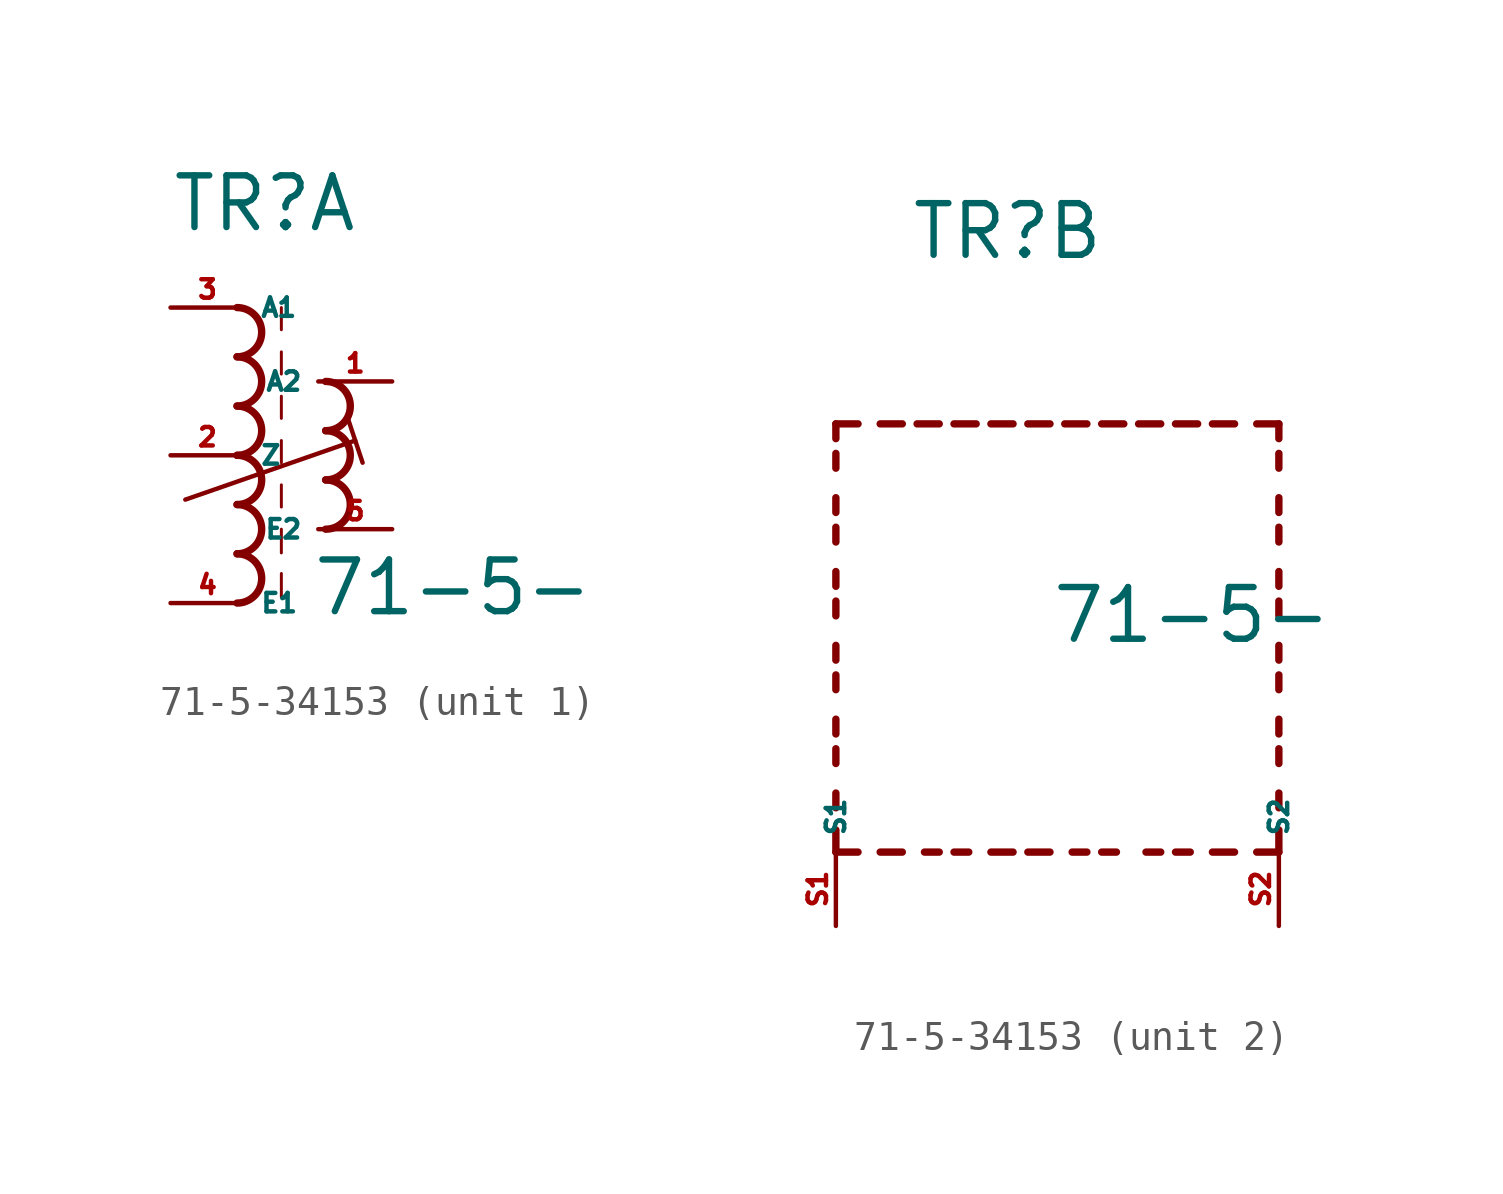
<source format=kicad_sym>
(kicad_symbol_lib
  (version 20220914)
  (generator kicad_symbol_editor)
  (symbol "71-5-34153"
    (property "Reference" "TR"
      (at -2.54 7.62 0)
      (effects (font (size 1.778 1.778) (thickness 0.22)) (justify left bottom)))
    (property "Value" "71-5-"
      (at 2.286 -5.588 0)
      (effects (font (size 1.778 1.778) (thickness 0.22)) (justify left bottom)))
    (symbol "71-5-34153_1_0"
      (arc (start -0.2534 -5.08) (mid 0.593 -4.2333) (end -0.2534 -3.3866) (stroke (width 0.254) (type default)) (fill (type none)))
      (arc (start -0.2534 -3.3866) (mid 0.593 -2.5399) (end -0.2534 -1.6932) (stroke (width 0.254) (type default)) (fill (type none)))
      (arc (start -0.2534 -1.6934) (mid 0.593 -0.8467) (end -0.2534 0) (stroke (width 0.254) (type default)) (fill (type none)))
      (arc (start -0.2534 0) (mid 0.593 0.8467) (end -0.2534 1.6934) (stroke (width 0.254) (type default)) (fill (type none)))
      (arc (start -0.2532 1.6934) (mid 0.593 2.54) (end -0.2532 3.3866) (stroke (width 0.254) (type default)) (fill (type none)))
      (arc (start -0.2534 3.3866) (mid 0.593 4.2333) (end -0.2534 5.08) (stroke (width 0.254) (type default)) (fill (type none)))
      (polyline (pts (xy -2.032 -1.524) (xy 3.81 0.508)) (stroke (width 0.152) (type default)) (fill (type none)))
      (polyline (pts (xy 1.27 -4.064) (xy 1.27 -4.88)) (stroke (width 0.102) (type default)) (fill (type none)))
      (polyline (pts (xy 1.27 -2.54) (xy 1.27 -3.356)) (stroke (width 0.102) (type default)) (fill (type none)))
      (polyline (pts (xy 1.27 -1.016) (xy 1.27 -1.778)) (stroke (width 0.102) (type default)) (fill (type none)))
      (polyline (pts (xy 1.27 0.508) (xy 1.27 -0.254)) (stroke (width 0.102) (type default)) (fill (type none)))
      (polyline (pts (xy 1.27 2.032) (xy 1.27 1.27)) (stroke (width 0.102) (type default)) (fill (type none)))
      (polyline (pts (xy 1.27 3.556) (xy 1.27 2.794)) (stroke (width 0.102) (type default)) (fill (type none)))
      (polyline (pts (xy 1.27 5.08) (xy 1.27 4.318)) (stroke (width 0.102) (type default)) (fill (type none)))
      (polyline (pts (xy 3.556 1.27) (xy 4.064 -0.254)) (stroke (width 0.152) (type default)) (fill (type none)))
      (arc (start 2.794 -2.54) (mid 3.6404 -1.6933) (end 2.794 -0.8466) (stroke (width 0.254) (type default)) (fill (type none)))
      (arc (start 2.794 -0.8466) (mid 3.6402 0) (end 2.794 0.8466) (stroke (width 0.254) (type default)) (fill (type none)))
      (arc (start 2.794 0.8466) (mid 3.6404 1.6933) (end 2.794 2.54) (stroke (width 0.254) (type default)) (fill (type none)))
      (pin passive line (at 5.08 2.54 180) (length 2.54) (name "A2" (effects (font (size 0.635 0.635)))) (number "1" (effects (font (size 0.635 0.635)))))
      (pin passive line (at -2.54 0 0) (length 2.54) (name "Z" (effects (font (size 0.635 0.635)))) (number "2" (effects (font (size 0.635 0.635)))))
      (pin passive line (at -2.54 5.08 0) (length 2.54) (name "A1" (effects (font (size 0.635 0.635)))) (number "3" (effects (font (size 0.635 0.635)))))
      (pin passive line (at -2.54 -5.08 0) (length 2.54) (name "E1" (effects (font (size 0.635 0.635)))) (number "4" (effects (font (size 0.635 0.635)))))
      (pin passive line (at 5.08 -2.54 180) (length 2.54) (name "E2" (effects (font (size 0.635 0.635)))) (number "5" (effects (font (size 0.635 0.635))))))
    (symbol "71-5-34153_2_0"
      (polyline (pts (xy -5.08 -12.7) (xy -5.08 -11.938)) (stroke (width 0.254) (type default)) (fill (type none)))
      (polyline (pts (xy -5.08 -12.7) (xy -4.318 -12.7)) (stroke (width 0.254) (type default)) (fill (type none)))
      (polyline (pts (xy -5.08 -11.176) (xy -5.08 -10.668)) (stroke (width 0.254) (type default)) (fill (type none)))
      (polyline (pts (xy -5.08 -9.652) (xy -5.08 -9.144)) (stroke (width 0.254) (type default)) (fill (type none)))
      (polyline (pts (xy -5.08 -8.636) (xy -5.08 -8.128)) (stroke (width 0.254) (type default)) (fill (type none)))
      (polyline (pts (xy -5.08 -7.112) (xy -5.08 -6.604)) (stroke (width 0.254) (type default)) (fill (type none)))
      (polyline (pts (xy -5.08 -6.096) (xy -5.08 -5.588)) (stroke (width 0.254) (type default)) (fill (type none)))
      (polyline (pts (xy -5.08 -4.572) (xy -5.08 -4.064)) (stroke (width 0.254) (type default)) (fill (type none)))
      (polyline (pts (xy -5.08 -3.556) (xy -5.08 -3.048)) (stroke (width 0.254) (type default)) (fill (type none)))
      (polyline (pts (xy -5.08 -2.032) (xy -5.08 -1.524)) (stroke (width 0.254) (type default)) (fill (type none)))
      (polyline (pts (xy -5.08 -1.016) (xy -5.08 -0.508)) (stroke (width 0.254) (type default)) (fill (type none)))
      (polyline (pts (xy -5.08 0.508) (xy -5.08 1.016)) (stroke (width 0.254) (type default)) (fill (type none)))
      (polyline (pts (xy -5.08 1.524) (xy -5.08 2.032)) (stroke (width 0.254) (type default)) (fill (type none)))
      (polyline (pts (xy -5.08 2.032) (xy -4.318 2.032)) (stroke (width 0.254) (type default)) (fill (type none)))
      (polyline (pts (xy -3.556 -12.7) (xy -2.794 -12.7)) (stroke (width 0.254) (type default)) (fill (type none)))
      (polyline (pts (xy -3.556 2.032) (xy -2.794 2.032)) (stroke (width 0.254) (type default)) (fill (type none)))
      (polyline (pts (xy -1.524 -12.7) (xy -2.032 -12.7)) (stroke (width 0.254) (type default)) (fill (type none)))
      (polyline (pts (xy -1.524 2.032) (xy -2.286 2.032)) (stroke (width 0.254) (type default)) (fill (type none)))
      (polyline (pts (xy -1.016 2.032) (xy -0.254 2.032)) (stroke (width 0.254) (type default)) (fill (type none)))
      (polyline (pts (xy -0.508 -12.7) (xy -1.016 -12.7)) (stroke (width 0.254) (type default)) (fill (type none)))
      (polyline (pts (xy 1.016 -12.7) (xy 0.254 -12.7)) (stroke (width 0.254) (type default)) (fill (type none)))
      (polyline (pts (xy 1.016 2.032) (xy 0.254 2.032)) (stroke (width 0.254) (type default)) (fill (type none)))
      (polyline (pts (xy 1.524 -12.7) (xy 2.286 -12.7)) (stroke (width 0.254) (type default)) (fill (type none)))
      (polyline (pts (xy 1.524 2.032) (xy 2.286 2.032)) (stroke (width 0.254) (type default)) (fill (type none)))
      (polyline (pts (xy 3.556 -12.7) (xy 3.048 -12.7)) (stroke (width 0.254) (type default)) (fill (type none)))
      (polyline (pts (xy 3.556 2.032) (xy 2.794 2.032)) (stroke (width 0.254) (type default)) (fill (type none)))
      (polyline (pts (xy 4.064 2.032) (xy 4.826 2.032)) (stroke (width 0.254) (type default)) (fill (type none)))
      (polyline (pts (xy 4.572 -12.7) (xy 4.064 -12.7)) (stroke (width 0.254) (type default)) (fill (type none)))
      (polyline (pts (xy 6.096 -12.7) (xy 5.588 -12.7)) (stroke (width 0.254) (type default)) (fill (type none)))
      (polyline (pts (xy 6.096 2.032) (xy 5.334 2.032)) (stroke (width 0.254) (type default)) (fill (type none)))
      (polyline (pts (xy 6.604 2.032) (xy 7.366 2.032)) (stroke (width 0.254) (type default)) (fill (type none)))
      (polyline (pts (xy 7.112 -12.7) (xy 6.604 -12.7)) (stroke (width 0.254) (type default)) (fill (type none)))
      (polyline (pts (xy 8.636 -12.7) (xy 7.874 -12.7)) (stroke (width 0.254) (type default)) (fill (type none)))
      (polyline (pts (xy 8.636 2.032) (xy 7.874 2.032)) (stroke (width 0.254) (type default)) (fill (type none)))
      (polyline (pts (xy 10.16 -12.7) (xy 9.398 -12.7)) (stroke (width 0.254) (type default)) (fill (type none)))
      (polyline (pts (xy 10.16 -12.7) (xy 10.16 -11.938)) (stroke (width 0.254) (type default)) (fill (type none)))
      (polyline (pts (xy 10.16 -11.176) (xy 10.16 -10.668)) (stroke (width 0.254) (type default)) (fill (type none)))
      (polyline (pts (xy 10.16 -9.652) (xy 10.16 -9.144)) (stroke (width 0.254) (type default)) (fill (type none)))
      (polyline (pts (xy 10.16 -8.636) (xy 10.16 -8.128)) (stroke (width 0.254) (type default)) (fill (type none)))
      (polyline (pts (xy 10.16 -7.112) (xy 10.16 -6.604)) (stroke (width 0.254) (type default)) (fill (type none)))
      (polyline (pts (xy 10.16 -6.096) (xy 10.16 -5.588)) (stroke (width 0.254) (type default)) (fill (type none)))
      (polyline (pts (xy 10.16 -4.572) (xy 10.16 -4.064)) (stroke (width 0.254) (type default)) (fill (type none)))
      (polyline (pts (xy 10.16 -3.556) (xy 10.16 -3.048)) (stroke (width 0.254) (type default)) (fill (type none)))
      (polyline (pts (xy 10.16 -2.032) (xy 10.16 -1.524)) (stroke (width 0.254) (type default)) (fill (type none)))
      (polyline (pts (xy 10.16 -1.016) (xy 10.16 -0.508)) (stroke (width 0.254) (type default)) (fill (type none)))
      (polyline (pts (xy 10.16 0.508) (xy 10.16 1.016)) (stroke (width 0.254) (type default)) (fill (type none)))
      (polyline (pts (xy 10.16 1.524) (xy 10.16 2.032)) (stroke (width 0.254) (type default)) (fill (type none)))
      (polyline (pts (xy 10.16 2.032) (xy 9.398 2.032)) (stroke (width 0.254) (type default)) (fill (type none)))
      (pin passive line (at -5.08 -15.24 90) (length 2.54) (name "S1" (effects (font (size 0.635 0.635)))) (number "S1" (effects (font (size 0.635 0.635)))))
      (pin passive line (at 10.16 -15.24 90) (length 2.54) (name "S2" (effects (font (size 0.635 0.635)))) (number "S2" (effects (font (size 0.635 0.635))))))))
</source>
